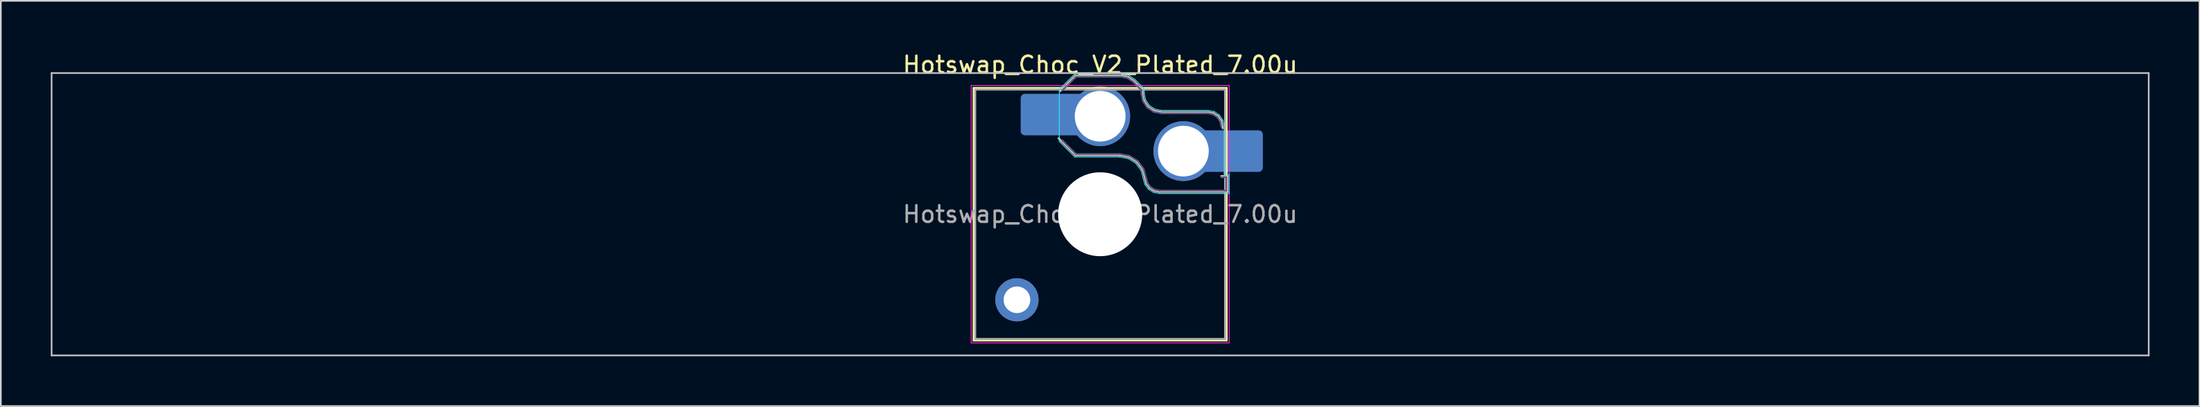
<source format=kicad_pcb>
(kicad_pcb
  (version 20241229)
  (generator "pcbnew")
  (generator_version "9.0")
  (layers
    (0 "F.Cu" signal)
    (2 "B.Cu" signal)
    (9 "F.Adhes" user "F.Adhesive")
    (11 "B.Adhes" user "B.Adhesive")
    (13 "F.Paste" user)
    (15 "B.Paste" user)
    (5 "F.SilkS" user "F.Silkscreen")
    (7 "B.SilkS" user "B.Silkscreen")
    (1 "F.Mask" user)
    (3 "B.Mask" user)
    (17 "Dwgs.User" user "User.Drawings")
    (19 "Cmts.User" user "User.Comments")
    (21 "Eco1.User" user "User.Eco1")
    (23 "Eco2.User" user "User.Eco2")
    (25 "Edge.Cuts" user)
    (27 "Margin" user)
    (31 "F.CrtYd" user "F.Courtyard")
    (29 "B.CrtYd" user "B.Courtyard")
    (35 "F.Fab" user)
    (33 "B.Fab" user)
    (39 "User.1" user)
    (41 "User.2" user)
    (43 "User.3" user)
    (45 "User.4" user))
  (footprint "Hotswap_Choc_V2_Plated_7.00u"
    (layer "F.Cu")
    (at 63.05 9.848)
    (property "Reference" "Hotswap_Choc_V2_Plated_7.00u" (at 0 -9 0) (layer "F.SilkS") (effects (font (size 1 1) (thickness 0.15))))
    (attr smd allow_soldermask_bridges)
    (fp_line (start -7.6 -7.6) (end -7.6 7.6) (stroke (width 0.12) (type solid)) (layer "F.SilkS"))
    (fp_line (start -7.6 7.6) (end 7.6 7.6) (stroke (width 0.12) (type solid)) (layer "F.SilkS"))
    (fp_line (start 7.6 -7.6) (end -7.6 -7.6) (stroke (width 0.12) (type solid)) (layer "F.SilkS"))
    (fp_line (start 7.6 7.6) (end 7.6 -7.6) (stroke (width 0.12) (type solid)) (layer "F.SilkS"))
    (fp_line (start -2.416 -7.409) (end -1.479 -8.346) (stroke (width 0.12) (type solid)) (layer "B.SilkS"))
    (fp_line (start -1.479 -8.346) (end 1.268 -8.346) (stroke (width 0.12) (type solid)) (layer "B.SilkS"))
    (fp_line (start -1.479 -3.554) (end -2.5 -4.575) (stroke (width 0.12) (type solid)) (layer "B.SilkS"))
    (fp_line (start 1.168 -3.554) (end -1.479 -3.554) (stroke (width 0.12) (type solid)) (layer "B.SilkS"))
    (fp_line (start 1.268 -8.346) (end 1.671 -8.266) (stroke (width 0.12) (type solid)) (layer "B.SilkS"))
    (fp_line (start 1.671 -8.266) (end 2.013 -8.037) (stroke (width 0.12) (type solid)) (layer "B.SilkS"))
    (fp_line (start 1.73 -3.449) (end 1.168 -3.554) (stroke (width 0.12) (type solid)) (layer "B.SilkS"))
    (fp_line (start 2.013 -8.037) (end 2.546 -7.504) (stroke (width 0.12) (type solid)) (layer "B.SilkS"))
    (fp_line (start 2.209 -3.15) (end 1.73 -3.449) (stroke (width 0.12) (type solid)) (layer "B.SilkS"))
    (fp_line (start 2.546 -7.504) (end 2.546 -7.282) (stroke (width 0.12) (type solid)) (layer "B.SilkS"))
    (fp_line (start 2.546 -7.282) (end 2.633 -6.844) (stroke (width 0.12) (type solid)) (layer "B.SilkS"))
    (fp_line (start 2.547 -2.697) (end 2.209 -3.15) (stroke (width 0.12) (type solid)) (layer "B.SilkS"))
    (fp_line (start 2.633 -6.844) (end 2.877 -6.477) (stroke (width 0.12) (type solid)) (layer "B.SilkS"))
    (fp_line (start 2.701 -2.139) (end 2.547 -2.697) (stroke (width 0.12) (type solid)) (layer "B.SilkS"))
    (fp_line (start 2.783 -1.841) (end 2.701 -2.139) (stroke (width 0.12) (type solid)) (layer "B.SilkS"))
    (fp_line (start 2.877 -6.477) (end 3.244 -6.233) (stroke (width 0.12) (type solid)) (layer "B.SilkS"))
    (fp_line (start 2.976 -1.583) (end 2.783 -1.841) (stroke (width 0.12) (type solid)) (layer "B.SilkS"))
    (fp_line (start 3.244 -6.233) (end 3.682 -6.146) (stroke (width 0.12) (type solid)) (layer "B.SilkS"))
    (fp_line (start 3.25 -1.413) (end 2.976 -1.583) (stroke (width 0.12) (type solid)) (layer "B.SilkS"))
    (fp_line (start 3.56 -1.354) (end 3.25 -1.413) (stroke (width 0.12) (type solid)) (layer "B.SilkS"))
    (fp_line (start 3.682 -6.146) (end 6.482 -6.146) (stroke (width 0.12) (type solid)) (layer "B.SilkS"))
    (fp_line (start 6.482 -6.146) (end 6.809 -6.081) (stroke (width 0.12) (type solid)) (layer "B.SilkS"))
    (fp_line (start 6.809 -6.081) (end 7.092 -5.892) (stroke (width 0.12) (type solid)) (layer "B.SilkS"))
    (fp_line (start 7.092 -5.892) (end 7.281 -5.609) (stroke (width 0.12) (type solid)) (layer "B.SilkS"))
    (fp_line (start 7.281 -5.609) (end 7.366 -5.182) (stroke (width 0.12) (type solid)) (layer "B.SilkS"))
    (fp_line (start 7.283 -2.296) (end 7.646 -2.296) (stroke (width 0.12) (type solid)) (layer "B.SilkS"))
    (fp_line (start 7.646 -2.296) (end 7.646 -1.354) (stroke (width 0.12) (type solid)) (layer "B.SilkS"))
    (fp_line (start 7.646 -1.354) (end 3.56 -1.354) (stroke (width 0.12) (type solid)) (layer "B.SilkS"))
    (fp_line (start -63 -8.5) (end -63 8.5) (stroke (width 0.1) (type solid)) (layer "Dwgs.User"))
    (fp_line (start -63 8.5) (end 63 8.5) (stroke (width 0.1) (type solid)) (layer "Dwgs.User"))
    (fp_line (start 63 -8.5) (end -63 -8.5) (stroke (width 0.1) (type solid)) (layer "Dwgs.User"))
    (fp_line (start 63 8.5) (end 63 -8.5) (stroke (width 0.1) (type solid)) (layer "Dwgs.User"))
    (fp_line (start -7.25 -7.25) (end -7.25 7.25) (stroke (width 0.1) (type solid)) (layer "Eco1.User"))
    (fp_line (start -7.25 7.25) (end 7.25 7.25) (stroke (width 0.1) (type solid)) (layer "Eco1.User"))
    (fp_line (start 7.25 -7.25) (end -7.25 -7.25) (stroke (width 0.1) (type solid)) (layer "Eco1.User"))
    (fp_line (start 7.25 7.25) (end 7.25 -7.25) (stroke (width 0.1) (type solid)) (layer "Eco1.User"))
    (fp_line (start -2.452 -7.523) (end -1.523 -8.452) (stroke (width 0.05) (type solid)) (layer "B.CrtYd"))
    (fp_line (start -2.452 -4.377) (end -2.452 -7.523) (stroke (width 0.05) (type solid)) (layer "B.CrtYd"))
    (fp_line (start -1.523 -8.452) (end 1.278 -8.452) (stroke (width 0.05) (type solid)) (layer "B.CrtYd"))
    (fp_line (start -1.523 -3.448) (end -2.452 -4.377) (stroke (width 0.05) (type solid)) (layer "B.CrtYd"))
    (fp_line (start 1.159 -3.448) (end -1.523 -3.448) (stroke (width 0.05) (type solid)) (layer "B.CrtYd"))
    (fp_line (start 1.278 -8.452) (end 1.712 -8.366) (stroke (width 0.05) (type solid)) (layer "B.CrtYd"))
    (fp_line (start 1.691 -3.348) (end 1.159 -3.448) (stroke (width 0.05) (type solid)) (layer "B.CrtYd"))
    (fp_line (start 1.712 -8.366) (end 2.081 -8.119) (stroke (width 0.05) (type solid)) (layer "B.CrtYd"))
    (fp_line (start 2.081 -8.119) (end 2.652 -7.548) (stroke (width 0.05) (type solid)) (layer "B.CrtYd"))
    (fp_line (start 2.136 -3.071) (end 1.691 -3.348) (stroke (width 0.05) (type solid)) (layer "B.CrtYd"))
    (fp_line (start 2.45 -2.65) (end 2.136 -3.071) (stroke (width 0.05) (type solid)) (layer "B.CrtYd"))
    (fp_line (start 2.599 -2.111) (end 2.45 -2.65) (stroke (width 0.05) (type solid)) (layer "B.CrtYd"))
    (fp_line (start 2.652 -7.548) (end 2.652 -7.292) (stroke (width 0.05) (type solid)) (layer "B.CrtYd"))
    (fp_line (start 2.652 -7.292) (end 2.733 -6.885) (stroke (width 0.05) (type solid)) (layer "B.CrtYd"))
    (fp_line (start 2.687 -1.794) (end 2.599 -2.111) (stroke (width 0.05) (type solid)) (layer "B.CrtYd"))
    (fp_line (start 2.733 -6.885) (end 2.953 -6.553) (stroke (width 0.05) (type solid)) (layer "B.CrtYd"))
    (fp_line (start 2.903 -1.503) (end 2.687 -1.794) (stroke (width 0.05) (type solid)) (layer "B.CrtYd"))
    (fp_line (start 2.953 -6.553) (end 3.285 -6.333) (stroke (width 0.05) (type solid)) (layer "B.CrtYd"))
    (fp_line (start 3.211 -1.312) (end 2.903 -1.503) (stroke (width 0.05) (type solid)) (layer "B.CrtYd"))
    (fp_line (start 3.285 -6.333) (end 3.692 -6.252) (stroke (width 0.05) (type solid)) (layer "B.CrtYd"))
    (fp_line (start 3.55 -1.248) (end 3.211 -1.312) (stroke (width 0.05) (type solid)) (layer "B.CrtYd"))
    (fp_line (start 3.692 -6.252) (end 6.492 -6.252) (stroke (width 0.05) (type solid)) (layer "B.CrtYd"))
    (fp_line (start 6.492 -6.252) (end 6.85 -6.181) (stroke (width 0.05) (type solid)) (layer "B.CrtYd"))
    (fp_line (start 6.85 -6.181) (end 7.168 -5.968) (stroke (width 0.05) (type solid)) (layer "B.CrtYd"))
    (fp_line (start 7.168 -5.968) (end 7.381 -5.65) (stroke (width 0.05) (type solid)) (layer "B.CrtYd"))
    (fp_line (start 7.381 -5.65) (end 7.452 -5.292) (stroke (width 0.05) (type solid)) (layer "B.CrtYd"))
    (fp_line (start 7.452 -5.292) (end 7.452 -2.402) (stroke (width 0.05) (type solid)) (layer "B.CrtYd"))
    (fp_line (start 7.452 -2.402) (end 7.752 -2.402) (stroke (width 0.05) (type solid)) (layer "B.CrtYd"))
    (fp_line (start 7.752 -2.402) (end 7.752 -1.248) (stroke (width 0.05) (type solid)) (layer "B.CrtYd"))
    (fp_line (start 7.752 -1.248) (end 3.55 -1.248) (stroke (width 0.05) (type solid)) (layer "B.CrtYd"))
    (fp_line (start -7.75 -7.75) (end -7.75 7.75) (stroke (width 0.05) (type solid)) (layer "F.CrtYd"))
    (fp_line (start -7.75 7.75) (end 7.75 7.75) (stroke (width 0.05) (type solid)) (layer "F.CrtYd"))
    (fp_line (start 7.75 -7.75) (end -7.75 -7.75) (stroke (width 0.05) (type solid)) (layer "F.CrtYd"))
    (fp_line (start 7.75 7.75) (end 7.75 -7.75) (stroke (width 0.05) (type solid)) (layer "F.CrtYd"))
    (fp_line (start -2.275 -7.45) (end -1.45 -8.275) (stroke (width 0.1) (type solid)) (layer "B.Fab"))
    (fp_line (start -1.45 -8.275) (end 1.261 -8.275) (stroke (width 0.1) (type solid)) (layer "B.Fab"))
    (fp_line (start -1.45 -3.625) (end -2.275 -4.45) (stroke (width 0.1) (type solid)) (layer "B.Fab"))
    (fp_line (start 1.175 -3.625) (end -1.45 -3.625) (stroke (width 0.1) (type solid)) (layer "B.Fab"))
    (fp_line (start 1.261 -8.275) (end 1.643 -8.199) (stroke (width 0.1) (type solid)) (layer "B.Fab"))
    (fp_line (start 1.643 -8.199) (end 1.968 -7.982) (stroke (width 0.1) (type solid)) (layer "B.Fab"))
    (fp_line (start 1.756 -3.516) (end 1.175 -3.625) (stroke (width 0.1) (type solid)) (layer "B.Fab"))
    (fp_line (start 1.968 -7.982) (end 2.475 -7.475) (stroke (width 0.1) (type solid)) (layer "B.Fab"))
    (fp_line (start 2.258 -3.203) (end 1.756 -3.516) (stroke (width 0.1) (type solid)) (layer "B.Fab"))
    (fp_line (start 2.475 -7.475) (end 2.475 -7.275) (stroke (width 0.1) (type solid)) (layer "B.Fab"))
    (fp_line (start 2.475 -7.275) (end 2.566 -6.816) (stroke (width 0.1) (type solid)) (layer "B.Fab"))
    (fp_line (start 2.566 -6.816) (end 2.826 -6.426) (stroke (width 0.1) (type solid)) (layer "B.Fab"))
    (fp_line (start 2.612 -2.729) (end 2.258 -3.203) (stroke (width 0.1) (type solid)) (layer "B.Fab"))
    (fp_line (start 2.769 -2.158) (end 2.612 -2.729) (stroke (width 0.1) (type solid)) (layer "B.Fab"))
    (fp_line (start 2.826 -6.426) (end 3.216 -6.166) (stroke (width 0.1) (type solid)) (layer "B.Fab"))
    (fp_line (start 2.848 -1.873) (end 2.769 -2.158) (stroke (width 0.1) (type solid)) (layer "B.Fab"))
    (fp_line (start 3.025 -1.636) (end 2.848 -1.873) (stroke (width 0.1) (type solid)) (layer "B.Fab"))
    (fp_line (start 3.216 -6.166) (end 3.675 -6.075) (stroke (width 0.1) (type solid)) (layer "B.Fab"))
    (fp_line (start 3.276 -1.48) (end 3.025 -1.636) (stroke (width 0.1) (type solid)) (layer "B.Fab"))
    (fp_line (start 3.567 -1.425) (end 3.276 -1.48) (stroke (width 0.1) (type solid)) (layer "B.Fab"))
    (fp_line (start 3.675 -6.075) (end 6.475 -6.075) (stroke (width 0.1) (type solid)) (layer "B.Fab"))
    (fp_line (start 6.475 -6.075) (end 6.781 -6.014) (stroke (width 0.1) (type solid)) (layer "B.Fab"))
    (fp_line (start 6.781 -6.014) (end 7.041 -5.841) (stroke (width 0.1) (type solid)) (layer "B.Fab"))
    (fp_line (start 7.041 -5.841) (end 7.214 -5.581) (stroke (width 0.1) (type solid)) (layer "B.Fab"))
    (fp_line (start 7.214 -5.581) (end 7.275 -5.275) (stroke (width 0.1) (type solid)) (layer "B.Fab"))
    (fp_line (start 7.275 -2.225) (end 7.575 -2.225) (stroke (width 0.1) (type solid)) (layer "B.Fab"))
    (fp_line (start 7.575 -2.225) (end 7.575 -1.425) (stroke (width 0.1) (type solid)) (layer "B.Fab"))
    (fp_line (start 7.575 -1.425) (end 3.567 -1.425) (stroke (width 0.1) (type solid)) (layer "B.Fab"))
    (fp_line (start -7.5 -7.5) (end -7.5 7.5) (stroke (width 0.1) (type solid)) (layer "F.Fab"))
    (fp_line (start -7.5 7.5) (end 7.5 7.5) (stroke (width 0.1) (type solid)) (layer "F.Fab"))
    (fp_line (start 7.5 -7.5) (end -7.5 -7.5) (stroke (width 0.1) (type solid)) (layer "F.Fab"))
    (fp_line (start 7.5 7.5) (end 7.5 -7.5) (stroke (width 0.1) (type solid)) (layer "F.Fab"))
    (fp_text user "${REFERENCE}" (at 0 0 0) (layer "F.Fab") (effects (font (size 1 1) (thickness 0.15))))
    (pad "" thru_hole circle (at -5 5.15) (size 2.6 2.6) (drill 1.6) (layers "*.Cu" "*.Mask"))
    (pad "" smd roundrect (at -3.5 -6) (size 2.55 2.5) (layers "B.Mask" "B.Paste") (roundrect_rratio 0.1))
    (pad "" np_thru_hole circle (at 0 0) (size 5.05 5.05) (drill 5.05) (layers "*.Cu" "*.Mask"))
    (pad "" smd roundrect (at 8.5 -3.8) (size 2.55 2.5) (layers "B.Mask" "B.Paste") (roundrect_rratio 0.1))
    (pad "1" smd roundrect (at -2.85 -6) (size 3.85 2.5) (layers "B.Cu") (roundrect_rratio 0.1))
    (pad "1" thru_hole circle (at 0 -5.9) (size 3.6 3.6) (drill 3.05) (layers "*.Cu" "*.Mask"))
    (pad "2" thru_hole circle (at 5 -3.8) (size 3.6 3.6) (drill 3.05) (layers "*.Cu" "*.Mask"))
    (pad "2" smd roundrect (at 7.85 -3.8) (size 3.85 2.5) (layers "B.Cu") (roundrect_rratio 0.1)))
  (gr_rect
    (start -3 -3)
    (end 129.1 21.398)
    (stroke (width 0.1) (type default))
    (fill no)
    (layer "Edge.Cuts")))
</source>
